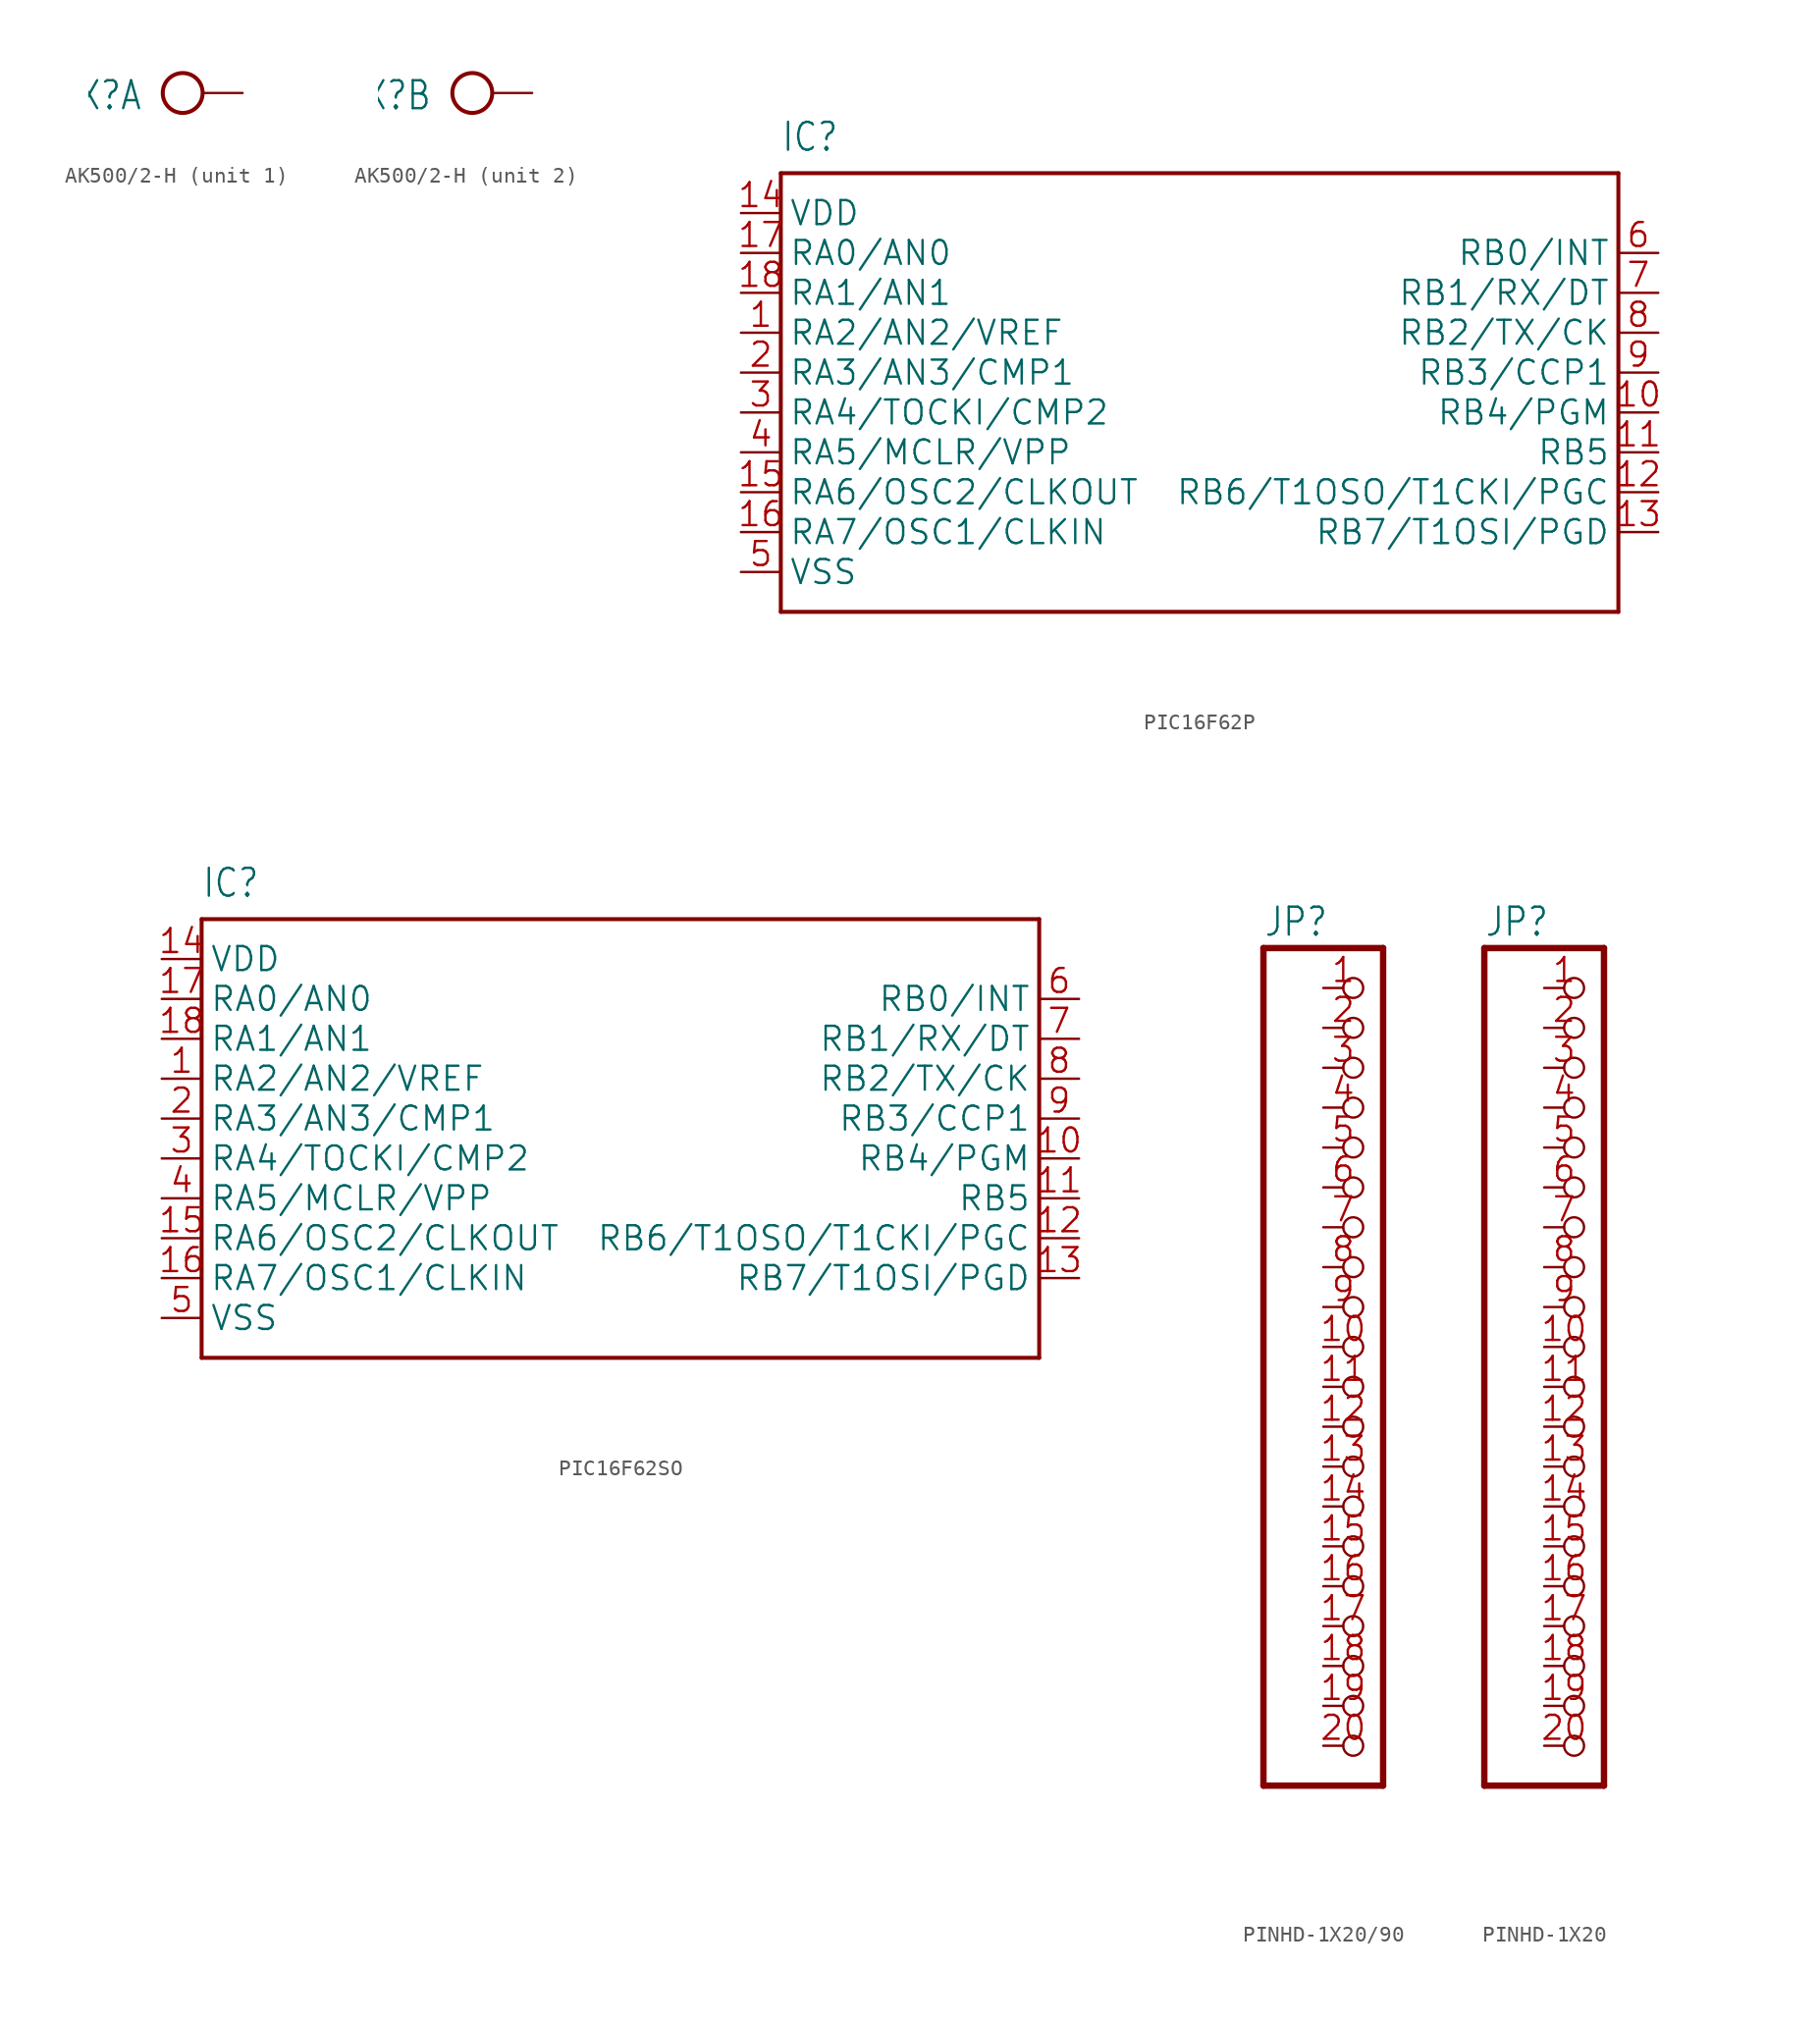
<source format=kicad_sym>
(kicad_symbol_lib
  (version 20241209)
  (generator "kicad_symbol_editor")
  (generator_version "9.0")
  (symbol "AK500/2-H"
    (property "Reference" "X"
      (at -1.27 0.889 0)
      (effects (font (size 1.778 1.511)) (justify right top)))
    (property "Value" ""
      (at -3.81 -3.683 0)
      (effects (font (size 1.778 1.511)) (justify left bottom)))
    (property "ki_locked" ""
      (at 0 0 0)
      (effects (font (size 1.27 1.27))))
    (symbol "AK500/2-H_1_0"
      (circle (center 1.27 0) (radius 1.27) (stroke (width 0.254) (type solid)) (fill (type none)))
      (pin passive line (at 5.08 0 180) (length 2.54) (name "KL" (effects (font (size 0 0)))) (number "1" (effects (font (size 0 0))))))
    (symbol "AK500/2-H_2_0"
      (circle (center 1.27 0) (radius 1.27) (stroke (width 0.254) (type solid)) (fill (type none)))
      (pin passive line (at 5.08 0 180) (length 2.54) (name "KL" (effects (font (size 0 0)))) (number "2" (effects (font (size 0 0)))))))
  (symbol "PIC16F62P"
    (property "Reference" "IC"
      (at -25.4 13.97 0)
      (effects (font (size 1.778 1.511)) (justify left bottom)))
    (property "Value" ""
      (at -25.4 -17.78 0)
      (effects (font (size 1.778 1.511)) (justify left bottom)))
    (property "ki_locked" ""
      (at 0 0 0)
      (effects (font (size 1.27 1.27))))
    (symbol "PIC16F62P_1_0"
      (polyline (pts (xy -25.4 12.7) (xy 27.94 12.7)) (stroke (width 0.254) (type solid)) (fill (type none)))
      (polyline (pts (xy -25.4 -15.24) (xy -25.4 12.7)) (stroke (width 0.254) (type solid)) (fill (type none)))
      (polyline (pts (xy 27.94 12.7) (xy 27.94 -15.24)) (stroke (width 0.254) (type solid)) (fill (type none)))
      (polyline (pts (xy 27.94 -15.24) (xy -25.4 -15.24)) (stroke (width 0.254) (type solid)) (fill (type none)))
      (pin power_in line (at -27.94 10.16 0) (length 2.54) (name "VDD" (effects (font (size 1.524 1.524)))) (number "14" (effects (font (size 1.524 1.524)))))
      (pin bidirectional line (at -27.94 7.62 0) (length 2.54) (name "RA0/AN0" (effects (font (size 1.524 1.524)))) (number "17" (effects (font (size 1.524 1.524)))))
      (pin bidirectional line (at -27.94 5.08 0) (length 2.54) (name "RA1/AN1" (effects (font (size 1.524 1.524)))) (number "18" (effects (font (size 1.524 1.524)))))
      (pin bidirectional line (at -27.94 2.54 0) (length 2.54) (name "RA2/AN2/VREF" (effects (font (size 1.524 1.524)))) (number "1" (effects (font (size 1.524 1.524)))))
      (pin bidirectional line (at -27.94 0 0) (length 2.54) (name "RA3/AN3/CMP1" (effects (font (size 1.524 1.524)))) (number "2" (effects (font (size 1.524 1.524)))))
      (pin bidirectional line (at -27.94 -2.54 0) (length 2.54) (name "RA4/TOCKI/CMP2" (effects (font (size 1.524 1.524)))) (number "3" (effects (font (size 1.524 1.524)))))
      (pin bidirectional line (at -27.94 -5.08 0) (length 2.54) (name "RA5/MCLR/VPP" (effects (font (size 1.524 1.524)))) (number "4" (effects (font (size 1.524 1.524)))))
      (pin bidirectional line (at -27.94 -7.62 0) (length 2.54) (name "RA6/OSC2/CLKOUT" (effects (font (size 1.524 1.524)))) (number "15" (effects (font (size 1.524 1.524)))))
      (pin bidirectional line (at -27.94 -10.16 0) (length 2.54) (name "RA7/OSC1/CLKIN" (effects (font (size 1.524 1.524)))) (number "16" (effects (font (size 1.524 1.524)))))
      (pin power_in line (at -27.94 -12.7 0) (length 2.54) (name "VSS" (effects (font (size 1.524 1.524)))) (number "5" (effects (font (size 1.524 1.524)))))
      (pin bidirectional line (at 30.48 7.62 180) (length 2.54) (name "RB0/INT" (effects (font (size 1.524 1.524)))) (number "6" (effects (font (size 1.524 1.524)))))
      (pin bidirectional line (at 30.48 5.08 180) (length 2.54) (name "RB1/RX/DT" (effects (font (size 1.524 1.524)))) (number "7" (effects (font (size 1.524 1.524)))))
      (pin bidirectional line (at 30.48 2.54 180) (length 2.54) (name "RB2/TX/CK" (effects (font (size 1.524 1.524)))) (number "8" (effects (font (size 1.524 1.524)))))
      (pin bidirectional line (at 30.48 0 180) (length 2.54) (name "RB3/CCP1" (effects (font (size 1.524 1.524)))) (number "9" (effects (font (size 1.524 1.524)))))
      (pin bidirectional line (at 30.48 -2.54 180) (length 2.54) (name "RB4/PGM" (effects (font (size 1.524 1.524)))) (number "10" (effects (font (size 1.524 1.524)))))
      (pin bidirectional line (at 30.48 -5.08 180) (length 2.54) (name "RB5" (effects (font (size 1.524 1.524)))) (number "11" (effects (font (size 1.524 1.524)))))
      (pin bidirectional line (at 30.48 -7.62 180) (length 2.54) (name "RB6/T1OSO/T1CKI/PGC" (effects (font (size 1.524 1.524)))) (number "12" (effects (font (size 1.524 1.524)))))
      (pin bidirectional line (at 30.48 -10.16 180) (length 2.54) (name "RB7/T1OSI/PGD" (effects (font (size 1.524 1.524)))) (number "13" (effects (font (size 1.524 1.524)))))))
  (symbol "PIC16F62SO"
    (property "Reference" "IC"
      (at -25.4 13.97 0)
      (effects (font (size 1.778 1.511)) (justify left bottom)))
    (property "Value" ""
      (at -25.4 -17.78 0)
      (effects (font (size 1.778 1.511)) (justify left bottom)))
    (property "ki_locked" ""
      (at 0 0 0)
      (effects (font (size 1.27 1.27))))
    (symbol "PIC16F62SO_1_0"
      (polyline (pts (xy -25.4 12.7) (xy 27.94 12.7)) (stroke (width 0.254) (type solid)) (fill (type none)))
      (polyline (pts (xy -25.4 -15.24) (xy -25.4 12.7)) (stroke (width 0.254) (type solid)) (fill (type none)))
      (polyline (pts (xy 27.94 12.7) (xy 27.94 -15.24)) (stroke (width 0.254) (type solid)) (fill (type none)))
      (polyline (pts (xy 27.94 -15.24) (xy -25.4 -15.24)) (stroke (width 0.254) (type solid)) (fill (type none)))
      (pin power_in line (at -27.94 10.16 0) (length 2.54) (name "VDD" (effects (font (size 1.524 1.524)))) (number "14" (effects (font (size 1.524 1.524)))))
      (pin bidirectional line (at -27.94 7.62 0) (length 2.54) (name "RA0/AN0" (effects (font (size 1.524 1.524)))) (number "17" (effects (font (size 1.524 1.524)))))
      (pin bidirectional line (at -27.94 5.08 0) (length 2.54) (name "RA1/AN1" (effects (font (size 1.524 1.524)))) (number "18" (effects (font (size 1.524 1.524)))))
      (pin bidirectional line (at -27.94 2.54 0) (length 2.54) (name "RA2/AN2/VREF" (effects (font (size 1.524 1.524)))) (number "1" (effects (font (size 1.524 1.524)))))
      (pin bidirectional line (at -27.94 0 0) (length 2.54) (name "RA3/AN3/CMP1" (effects (font (size 1.524 1.524)))) (number "2" (effects (font (size 1.524 1.524)))))
      (pin bidirectional line (at -27.94 -2.54 0) (length 2.54) (name "RA4/TOCKI/CMP2" (effects (font (size 1.524 1.524)))) (number "3" (effects (font (size 1.524 1.524)))))
      (pin bidirectional line (at -27.94 -5.08 0) (length 2.54) (name "RA5/MCLR/VPP" (effects (font (size 1.524 1.524)))) (number "4" (effects (font (size 1.524 1.524)))))
      (pin bidirectional line (at -27.94 -7.62 0) (length 2.54) (name "RA6/OSC2/CLKOUT" (effects (font (size 1.524 1.524)))) (number "15" (effects (font (size 1.524 1.524)))))
      (pin bidirectional line (at -27.94 -10.16 0) (length 2.54) (name "RA7/OSC1/CLKIN" (effects (font (size 1.524 1.524)))) (number "16" (effects (font (size 1.524 1.524)))))
      (pin power_in line (at -27.94 -12.7 0) (length 2.54) (name "VSS" (effects (font (size 1.524 1.524)))) (number "5" (effects (font (size 1.524 1.524)))))
      (pin bidirectional line (at 30.48 7.62 180) (length 2.54) (name "RB0/INT" (effects (font (size 1.524 1.524)))) (number "6" (effects (font (size 1.524 1.524)))))
      (pin bidirectional line (at 30.48 5.08 180) (length 2.54) (name "RB1/RX/DT" (effects (font (size 1.524 1.524)))) (number "7" (effects (font (size 1.524 1.524)))))
      (pin bidirectional line (at 30.48 2.54 180) (length 2.54) (name "RB2/TX/CK" (effects (font (size 1.524 1.524)))) (number "8" (effects (font (size 1.524 1.524)))))
      (pin bidirectional line (at 30.48 0 180) (length 2.54) (name "RB3/CCP1" (effects (font (size 1.524 1.524)))) (number "9" (effects (font (size 1.524 1.524)))))
      (pin bidirectional line (at 30.48 -2.54 180) (length 2.54) (name "RB4/PGM" (effects (font (size 1.524 1.524)))) (number "10" (effects (font (size 1.524 1.524)))))
      (pin bidirectional line (at 30.48 -5.08 180) (length 2.54) (name "RB5" (effects (font (size 1.524 1.524)))) (number "11" (effects (font (size 1.524 1.524)))))
      (pin bidirectional line (at 30.48 -7.62 180) (length 2.54) (name "RB6/T1OSO/T1CKI/PGC" (effects (font (size 1.524 1.524)))) (number "12" (effects (font (size 1.524 1.524)))))
      (pin bidirectional line (at 30.48 -10.16 180) (length 2.54) (name "RB7/T1OSI/PGD" (effects (font (size 1.524 1.524)))) (number "13" (effects (font (size 1.524 1.524)))))))
  (symbol "PINHD-1X20/90"
    (property "Reference" "JP"
      (at -6.35 26.035 0)
      (effects (font (size 1.778 1.511)) (justify left bottom)))
    (property "Value" ""
      (at -6.35 -30.48 0)
      (effects (font (size 1.778 1.511)) (justify left bottom)))
    (property "ki_locked" ""
      (at 0 0 0)
      (effects (font (size 1.27 1.27))))
    (symbol "PINHD-1X20/90_1_0"
      (polyline (pts (xy -6.35 25.4) (xy -6.35 -27.94)) (stroke (width 0.406) (type solid)) (fill (type none)))
      (polyline (pts (xy -6.35 -27.94) (xy 1.27 -27.94)) (stroke (width 0.406) (type solid)) (fill (type none)))
      (polyline (pts (xy 1.27 25.4) (xy -6.35 25.4)) (stroke (width 0.406) (type solid)) (fill (type none)))
      (polyline (pts (xy 1.27 -27.94) (xy 1.27 25.4)) (stroke (width 0.406) (type solid)) (fill (type none)))
      (pin passive inverted (at -2.54 22.86 0) (length 2.54) (name "1" (effects (font (size 0 0)))) (number "1" (effects (font (size 1.524 1.524)))))
      (pin passive inverted (at -2.54 20.32 0) (length 2.54) (name "2" (effects (font (size 0 0)))) (number "2" (effects (font (size 1.524 1.524)))))
      (pin passive inverted (at -2.54 17.78 0) (length 2.54) (name "3" (effects (font (size 0 0)))) (number "3" (effects (font (size 1.524 1.524)))))
      (pin passive inverted (at -2.54 15.24 0) (length 2.54) (name "4" (effects (font (size 0 0)))) (number "4" (effects (font (size 1.524 1.524)))))
      (pin passive inverted (at -2.54 12.7 0) (length 2.54) (name "5" (effects (font (size 0 0)))) (number "5" (effects (font (size 1.524 1.524)))))
      (pin passive inverted (at -2.54 10.16 0) (length 2.54) (name "6" (effects (font (size 0 0)))) (number "6" (effects (font (size 1.524 1.524)))))
      (pin passive inverted (at -2.54 7.62 0) (length 2.54) (name "7" (effects (font (size 0 0)))) (number "7" (effects (font (size 1.524 1.524)))))
      (pin passive inverted (at -2.54 5.08 0) (length 2.54) (name "8" (effects (font (size 0 0)))) (number "8" (effects (font (size 1.524 1.524)))))
      (pin passive inverted (at -2.54 2.54 0) (length 2.54) (name "9" (effects (font (size 0 0)))) (number "9" (effects (font (size 1.524 1.524)))))
      (pin passive inverted (at -2.54 0 0) (length 2.54) (name "10" (effects (font (size 0 0)))) (number "10" (effects (font (size 1.524 1.524)))))
      (pin passive inverted (at -2.54 -2.54 0) (length 2.54) (name "11" (effects (font (size 0 0)))) (number "11" (effects (font (size 1.524 1.524)))))
      (pin passive inverted (at -2.54 -5.08 0) (length 2.54) (name "12" (effects (font (size 0 0)))) (number "12" (effects (font (size 1.524 1.524)))))
      (pin passive inverted (at -2.54 -7.62 0) (length 2.54) (name "13" (effects (font (size 0 0)))) (number "13" (effects (font (size 1.524 1.524)))))
      (pin passive inverted (at -2.54 -10.16 0) (length 2.54) (name "14" (effects (font (size 0 0)))) (number "14" (effects (font (size 1.524 1.524)))))
      (pin passive inverted (at -2.54 -12.7 0) (length 2.54) (name "15" (effects (font (size 0 0)))) (number "15" (effects (font (size 1.524 1.524)))))
      (pin passive inverted (at -2.54 -15.24 0) (length 2.54) (name "16" (effects (font (size 0 0)))) (number "16" (effects (font (size 1.524 1.524)))))
      (pin passive inverted (at -2.54 -17.78 0) (length 2.54) (name "17" (effects (font (size 0 0)))) (number "17" (effects (font (size 1.524 1.524)))))
      (pin passive inverted (at -2.54 -20.32 0) (length 2.54) (name "18" (effects (font (size 0 0)))) (number "18" (effects (font (size 1.524 1.524)))))
      (pin passive inverted (at -2.54 -22.86 0) (length 2.54) (name "19" (effects (font (size 0 0)))) (number "19" (effects (font (size 1.524 1.524)))))
      (pin passive inverted (at -2.54 -25.4 0) (length 2.54) (name "20" (effects (font (size 0 0)))) (number "20" (effects (font (size 1.524 1.524)))))))
  (symbol "PINHD-1X20"
    (property "Reference" "JP"
      (at -6.35 26.035 0)
      (effects (font (size 1.778 1.511)) (justify left bottom)))
    (property "Value" ""
      (at -6.35 -30.48 0)
      (effects (font (size 1.778 1.511)) (justify left bottom)))
    (property "ki_locked" ""
      (at 0 0 0)
      (effects (font (size 1.27 1.27))))
    (symbol "PINHD-1X20_1_0"
      (polyline (pts (xy -6.35 25.4) (xy -6.35 -27.94)) (stroke (width 0.406) (type solid)) (fill (type none)))
      (polyline (pts (xy -6.35 -27.94) (xy 1.27 -27.94)) (stroke (width 0.406) (type solid)) (fill (type none)))
      (polyline (pts (xy 1.27 25.4) (xy -6.35 25.4)) (stroke (width 0.406) (type solid)) (fill (type none)))
      (polyline (pts (xy 1.27 -27.94) (xy 1.27 25.4)) (stroke (width 0.406) (type solid)) (fill (type none)))
      (pin passive inverted (at -2.54 22.86 0) (length 2.54) (name "1" (effects (font (size 0 0)))) (number "1" (effects (font (size 1.524 1.524)))))
      (pin passive inverted (at -2.54 20.32 0) (length 2.54) (name "2" (effects (font (size 0 0)))) (number "2" (effects (font (size 1.524 1.524)))))
      (pin passive inverted (at -2.54 17.78 0) (length 2.54) (name "3" (effects (font (size 0 0)))) (number "3" (effects (font (size 1.524 1.524)))))
      (pin passive inverted (at -2.54 15.24 0) (length 2.54) (name "4" (effects (font (size 0 0)))) (number "4" (effects (font (size 1.524 1.524)))))
      (pin passive inverted (at -2.54 12.7 0) (length 2.54) (name "5" (effects (font (size 0 0)))) (number "5" (effects (font (size 1.524 1.524)))))
      (pin passive inverted (at -2.54 10.16 0) (length 2.54) (name "6" (effects (font (size 0 0)))) (number "6" (effects (font (size 1.524 1.524)))))
      (pin passive inverted (at -2.54 7.62 0) (length 2.54) (name "7" (effects (font (size 0 0)))) (number "7" (effects (font (size 1.524 1.524)))))
      (pin passive inverted (at -2.54 5.08 0) (length 2.54) (name "8" (effects (font (size 0 0)))) (number "8" (effects (font (size 1.524 1.524)))))
      (pin passive inverted (at -2.54 2.54 0) (length 2.54) (name "9" (effects (font (size 0 0)))) (number "9" (effects (font (size 1.524 1.524)))))
      (pin passive inverted (at -2.54 0 0) (length 2.54) (name "10" (effects (font (size 0 0)))) (number "10" (effects (font (size 1.524 1.524)))))
      (pin passive inverted (at -2.54 -2.54 0) (length 2.54) (name "11" (effects (font (size 0 0)))) (number "11" (effects (font (size 1.524 1.524)))))
      (pin passive inverted (at -2.54 -5.08 0) (length 2.54) (name "12" (effects (font (size 0 0)))) (number "12" (effects (font (size 1.524 1.524)))))
      (pin passive inverted (at -2.54 -7.62 0) (length 2.54) (name "13" (effects (font (size 0 0)))) (number "13" (effects (font (size 1.524 1.524)))))
      (pin passive inverted (at -2.54 -10.16 0) (length 2.54) (name "14" (effects (font (size 0 0)))) (number "14" (effects (font (size 1.524 1.524)))))
      (pin passive inverted (at -2.54 -12.7 0) (length 2.54) (name "15" (effects (font (size 0 0)))) (number "15" (effects (font (size 1.524 1.524)))))
      (pin passive inverted (at -2.54 -15.24 0) (length 2.54) (name "16" (effects (font (size 0 0)))) (number "16" (effects (font (size 1.524 1.524)))))
      (pin passive inverted (at -2.54 -17.78 0) (length 2.54) (name "17" (effects (font (size 0 0)))) (number "17" (effects (font (size 1.524 1.524)))))
      (pin passive inverted (at -2.54 -20.32 0) (length 2.54) (name "18" (effects (font (size 0 0)))) (number "18" (effects (font (size 1.524 1.524)))))
      (pin passive inverted (at -2.54 -22.86 0) (length 2.54) (name "19" (effects (font (size 0 0)))) (number "19" (effects (font (size 1.524 1.524)))))
      (pin passive inverted (at -2.54 -25.4 0) (length 2.54) (name "20" (effects (font (size 0 0)))) (number "20" (effects (font (size 1.524 1.524))))))))
</source>
